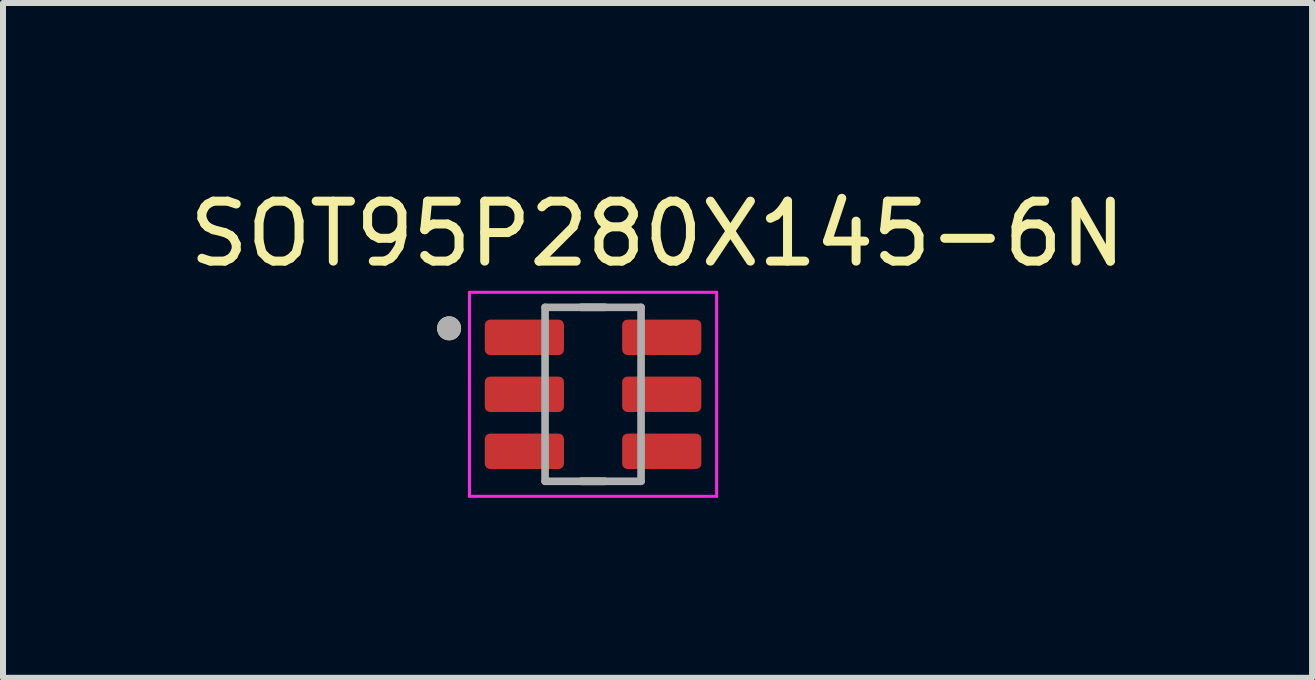
<source format=kicad_pcb>
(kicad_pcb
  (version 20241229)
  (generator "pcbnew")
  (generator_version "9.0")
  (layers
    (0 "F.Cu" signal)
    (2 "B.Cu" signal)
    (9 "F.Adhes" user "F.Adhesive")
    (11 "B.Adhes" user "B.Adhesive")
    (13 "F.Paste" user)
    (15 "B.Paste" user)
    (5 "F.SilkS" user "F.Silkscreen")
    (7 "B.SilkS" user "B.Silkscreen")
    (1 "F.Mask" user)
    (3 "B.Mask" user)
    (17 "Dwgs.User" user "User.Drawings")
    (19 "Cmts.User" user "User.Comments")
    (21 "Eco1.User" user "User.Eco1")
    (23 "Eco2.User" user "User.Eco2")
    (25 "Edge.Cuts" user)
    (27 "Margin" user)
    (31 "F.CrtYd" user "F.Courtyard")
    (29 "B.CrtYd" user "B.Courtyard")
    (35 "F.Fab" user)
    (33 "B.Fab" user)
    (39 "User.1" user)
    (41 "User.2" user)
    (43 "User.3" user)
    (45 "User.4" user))
  (footprint "SOT95P280X145-6N"
    (layer "F.Cu")
    (at 6.836 3.523)
    (property "Reference" "SOT95P280X145-6N" (at 1.075 -2.675 0) (layer "F.SilkS") (effects (font (size 1 1) (thickness 0.15))))
    (attr smd)
    (fp_line (start -0.2 -1.45) (end 0.2 -1.45) (stroke (width 0.127) (type solid)) (layer "F.SilkS"))
    (fp_line (start -0.2 1.45) (end 0.2 1.45) (stroke (width 0.127) (type solid)) (layer "F.SilkS"))
    (fp_circle (center -2.4 -1.1) (end -2.3 -1.1) (stroke (width 0.2) (type solid)) (fill no) (layer "F.SilkS"))
    (fp_line (start -2.06 -1.7) (end 2.06 -1.7) (stroke (width 0.05) (type solid)) (layer "F.CrtYd"))
    (fp_line (start -2.06 1.7) (end -2.06 -1.7) (stroke (width 0.05) (type solid)) (layer "F.CrtYd"))
    (fp_line (start 2.06 -1.7) (end 2.06 1.7) (stroke (width 0.05) (type solid)) (layer "F.CrtYd"))
    (fp_line (start 2.06 1.7) (end -2.06 1.7) (stroke (width 0.05) (type solid)) (layer "F.CrtYd"))
    (fp_line (start -0.8 -1.45) (end 0.8 -1.45) (stroke (width 0.127) (type solid)) (layer "F.Fab"))
    (fp_line (start -0.8 1.45) (end -0.8 -1.45) (stroke (width 0.127) (type solid)) (layer "F.Fab"))
    (fp_line (start 0.8 -1.45) (end 0.8 1.45) (stroke (width 0.127) (type solid)) (layer "F.Fab"))
    (fp_line (start 0.8 1.45) (end -0.8 1.45) (stroke (width 0.127) (type solid)) (layer "F.Fab"))
    (fp_circle (center -2.4 -1.1) (end -2.3 -1.1) (stroke (width 0.2) (type solid)) (fill no) (layer "F.Fab"))
    (pad "1" smd roundrect (at -1.145 -0.95) (size 1.32 0.59) (layers "F.Cu" "F.Mask" "F.Paste") (roundrect_rratio 0.15))
    (pad "2" smd roundrect (at -1.145 0) (size 1.32 0.59) (layers "F.Cu" "F.Mask" "F.Paste") (roundrect_rratio 0.15))
    (pad "3" smd roundrect (at -1.145 0.95) (size 1.32 0.59) (layers "F.Cu" "F.Mask" "F.Paste") (roundrect_rratio 0.15))
    (pad "4" smd roundrect (at 1.145 0.95) (size 1.32 0.59) (layers "F.Cu" "F.Mask" "F.Paste") (roundrect_rratio 0.15))
    (pad "5" smd roundrect (at 1.145 0) (size 1.32 0.59) (layers "F.Cu" "F.Mask" "F.Paste") (roundrect_rratio 0.15))
    (pad "6" smd roundrect (at 1.145 -0.95) (size 1.32 0.59) (layers "F.Cu" "F.Mask" "F.Paste") (roundrect_rratio 0.15)))
  (gr_rect
    (start -3 -3)
    (end 18.821 8.248)
    (stroke (width 0.1) (type default))
    (fill no)
    (layer "Edge.Cuts")))
</source>
